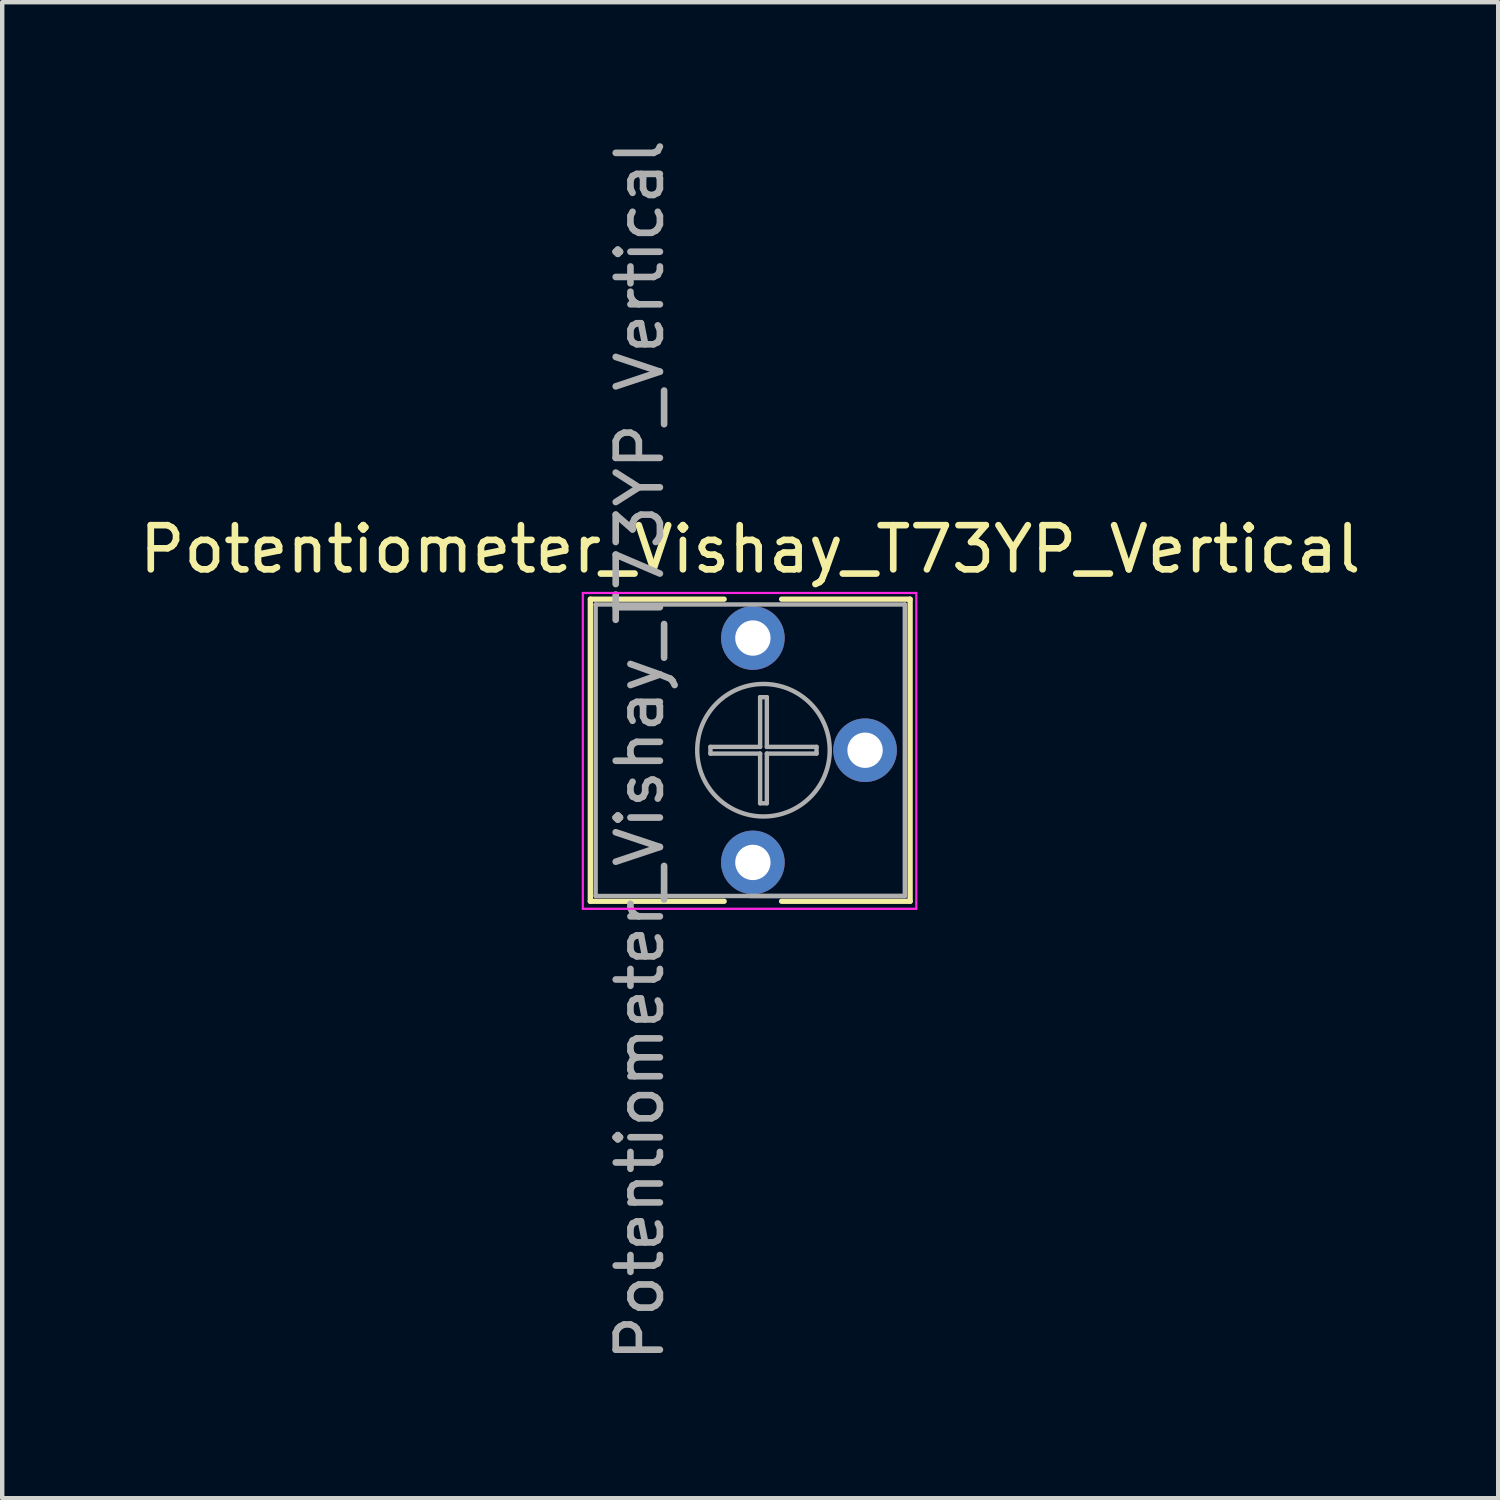
<source format=kicad_pcb>
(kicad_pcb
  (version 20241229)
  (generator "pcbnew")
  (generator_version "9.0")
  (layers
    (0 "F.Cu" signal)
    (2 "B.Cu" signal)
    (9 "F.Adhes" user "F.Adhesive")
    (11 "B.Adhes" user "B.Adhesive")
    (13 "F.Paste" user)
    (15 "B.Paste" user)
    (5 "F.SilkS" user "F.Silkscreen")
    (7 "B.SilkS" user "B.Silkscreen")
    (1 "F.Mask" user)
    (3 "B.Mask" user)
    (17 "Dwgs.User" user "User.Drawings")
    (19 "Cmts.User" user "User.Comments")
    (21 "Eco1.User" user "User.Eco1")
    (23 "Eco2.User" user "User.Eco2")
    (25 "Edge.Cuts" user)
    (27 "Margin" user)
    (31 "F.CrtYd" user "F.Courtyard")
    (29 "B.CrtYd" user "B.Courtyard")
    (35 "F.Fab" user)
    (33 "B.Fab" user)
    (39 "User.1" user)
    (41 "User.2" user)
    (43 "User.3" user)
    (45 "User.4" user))
  (footprint "Potentiometer_Vishay_T73YP_Vertical"
    (layer "F.Cu")
    (at 13.935 13.935)
    (property "Reference" "Potentiometer_Vishay_T73YP_Vertical" (at 0 -4.55 0) (layer "F.SilkS") (effects (font (size 1 1) (thickness 0.15))))
    (attr through_hole)
    (fp_line (start -3.62 -3.42) (end -3.62 3.42) (stroke (width 0.12) (type solid)) (layer "F.SilkS"))
    (fp_line (start -3.62 -3.42) (end -0.59 -3.42) (stroke (width 0.12) (type solid)) (layer "F.SilkS"))
    (fp_line (start -3.62 3.42) (end -0.59 3.42) (stroke (width 0.12) (type solid)) (layer "F.SilkS"))
    (fp_line (start 0.71 -3.42) (end 3.62 -3.42) (stroke (width 0.12) (type solid)) (layer "F.SilkS"))
    (fp_line (start 0.71 3.42) (end 3.62 3.42) (stroke (width 0.12) (type solid)) (layer "F.SilkS"))
    (fp_line (start 3.62 -3.42) (end 3.62 3.42) (stroke (width 0.12) (type solid)) (layer "F.SilkS"))
    (fp_line (start -3.79 -3.56) (end -3.79 3.59) (stroke (width 0.05) (type solid)) (layer "F.CrtYd"))
    (fp_line (start -3.79 3.59) (end 3.76 3.59) (stroke (width 0.05) (type solid)) (layer "F.CrtYd"))
    (fp_line (start 3.76 -3.56) (end -3.79 -3.56) (stroke (width 0.05) (type solid)) (layer "F.CrtYd"))
    (fp_line (start 3.76 3.59) (end 3.76 -3.56) (stroke (width 0.05) (type solid)) (layer "F.CrtYd"))
    (fp_line (start -3.5 -3.3) (end -3.5 3.3) (stroke (width 0.1) (type solid)) (layer "F.Fab"))
    (fp_line (start -3.5 3.3) (end 3.5 3.3) (stroke (width 0.1) (type solid)) (layer "F.Fab"))
    (fp_line (start -0.901 -0.076) (end 0.224 -0.076) (stroke (width 0.1) (type solid)) (layer "F.Fab"))
    (fp_line (start -0.901 0.076) (end -0.901 -0.076) (stroke (width 0.1) (type solid)) (layer "F.Fab"))
    (fp_line (start 0.224 -1.201) (end 0.376 -1.201) (stroke (width 0.1) (type solid)) (layer "F.Fab"))
    (fp_line (start 0.224 -0.076) (end 0.224 -1.201) (stroke (width 0.1) (type solid)) (layer "F.Fab"))
    (fp_line (start 0.224 0.076) (end -0.901 0.076) (stroke (width 0.1) (type solid)) (layer "F.Fab"))
    (fp_line (start 0.224 1.201) (end 0.224 0.076) (stroke (width 0.1) (type solid)) (layer "F.Fab"))
    (fp_line (start 0.376 -1.201) (end 0.376 -0.076) (stroke (width 0.1) (type solid)) (layer "F.Fab"))
    (fp_line (start 0.376 -0.076) (end 1.501 -0.076) (stroke (width 0.1) (type solid)) (layer "F.Fab"))
    (fp_line (start 0.376 0.076) (end 0.376 1.201) (stroke (width 0.1) (type solid)) (layer "F.Fab"))
    (fp_line (start 0.376 1.201) (end 0.224 1.201) (stroke (width 0.1) (type solid)) (layer "F.Fab"))
    (fp_line (start 1.501 -0.076) (end 1.501 0.076) (stroke (width 0.1) (type solid)) (layer "F.Fab"))
    (fp_line (start 1.501 0.076) (end 0.376 0.076) (stroke (width 0.1) (type solid)) (layer "F.Fab"))
    (fp_line (start 3.5 -3.3) (end -3.5 -3.3) (stroke (width 0.1) (type solid)) (layer "F.Fab"))
    (fp_line (start 3.5 3.3) (end 0 3.3) (stroke (width 0.1) (type solid)) (layer "F.Fab"))
    (fp_line (start 3.5 3.3) (end 3.5 -3.3) (stroke (width 0.1) (type solid)) (layer "F.Fab"))
    (fp_circle (center 0.3 0) (end 1.8 0) (stroke (width 0.1) (type solid)) (fill no) (layer "F.Fab"))
    (fp_text user "${REFERENCE}" (at -2.5 0 90) (layer "F.Fab") (effects (font (size 1 1) (thickness 0.15))))
    (pad "1" thru_hole circle (at 0.06 2.54) (size 1.44 1.44) (drill 0.8) (layers "*.Cu" "*.Mask"))
    (pad "2" thru_hole circle (at 2.6 0) (size 1.44 1.44) (drill 0.8) (layers "*.Cu" "*.Mask"))
    (pad "3" thru_hole circle (at 0.06 -2.54) (size 1.44 1.44) (drill 0.8) (layers "*.Cu" "*.Mask")))
  (gr_rect
    (start -3 -3)
    (end 30.869 30.869)
    (stroke (width 0.1) (type default))
    (fill no)
    (layer "Edge.Cuts")))
</source>
